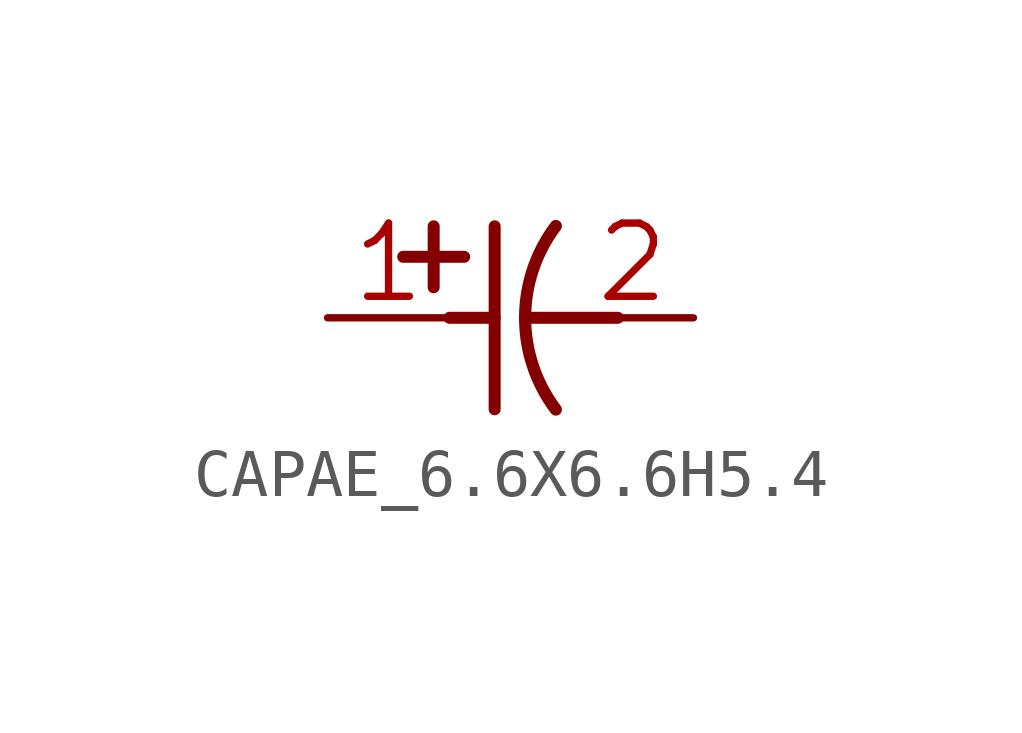
<source format=kicad_sym>
(kicad_symbol_lib
  (version 20241209)
  (generator "kicad_symbol_editor")
  (generator_version "9.0")
  (symbol "CAPAE_6.6X6.6H5.4"
    (property "Reference" "C"
      (at 0 0 0)
      (effects (font (size 1.27 1.27)) (hide yes)))
    (property "ki_locked" ""
      (at 0 0 0)
      (effects (font (size 1.27 1.27))))
    (symbol "CAPAE_6.6X6.6H5.4_1_0"
      (polyline (pts (xy -2.235 1.27) (xy -0.965 1.27)) (stroke (width 0.25) (type solid)) (fill (type none)))
      (polyline (pts (xy -1.6 0.635) (xy -1.6 1.905)) (stroke (width 0.25) (type solid)) (fill (type none)))
      (polyline (pts (xy -1.27 0) (xy -0.33 0)) (stroke (width 0.25) (type solid)) (fill (type none)))
      (polyline (pts (xy -0.33 -1.905) (xy -0.33 1.905)) (stroke (width 0.25) (type solid)) (fill (type none)))
      (polyline (pts (xy 0.305 0) (xy 2.235 0)) (stroke (width 0.25) (type solid)) (fill (type none)))
      (arc (start 0.9439 -1.9109) (mid 0.3044 0.0001) (end 0.944 1.911) (stroke (width 0.254) (type solid)) (fill (type none)))
      (pin passive line (at -3.81 0 0) (length 2.54) (name "PLUS" (effects (font (size 0 0)))) (number "1" (effects (font (size 1.524 1.524)))))
      (pin passive line (at 3.81 0 180) (length 2.54) (name "MINUS" (effects (font (size 0 0)))) (number "2" (effects (font (size 1.524 1.524))))))))
</source>
